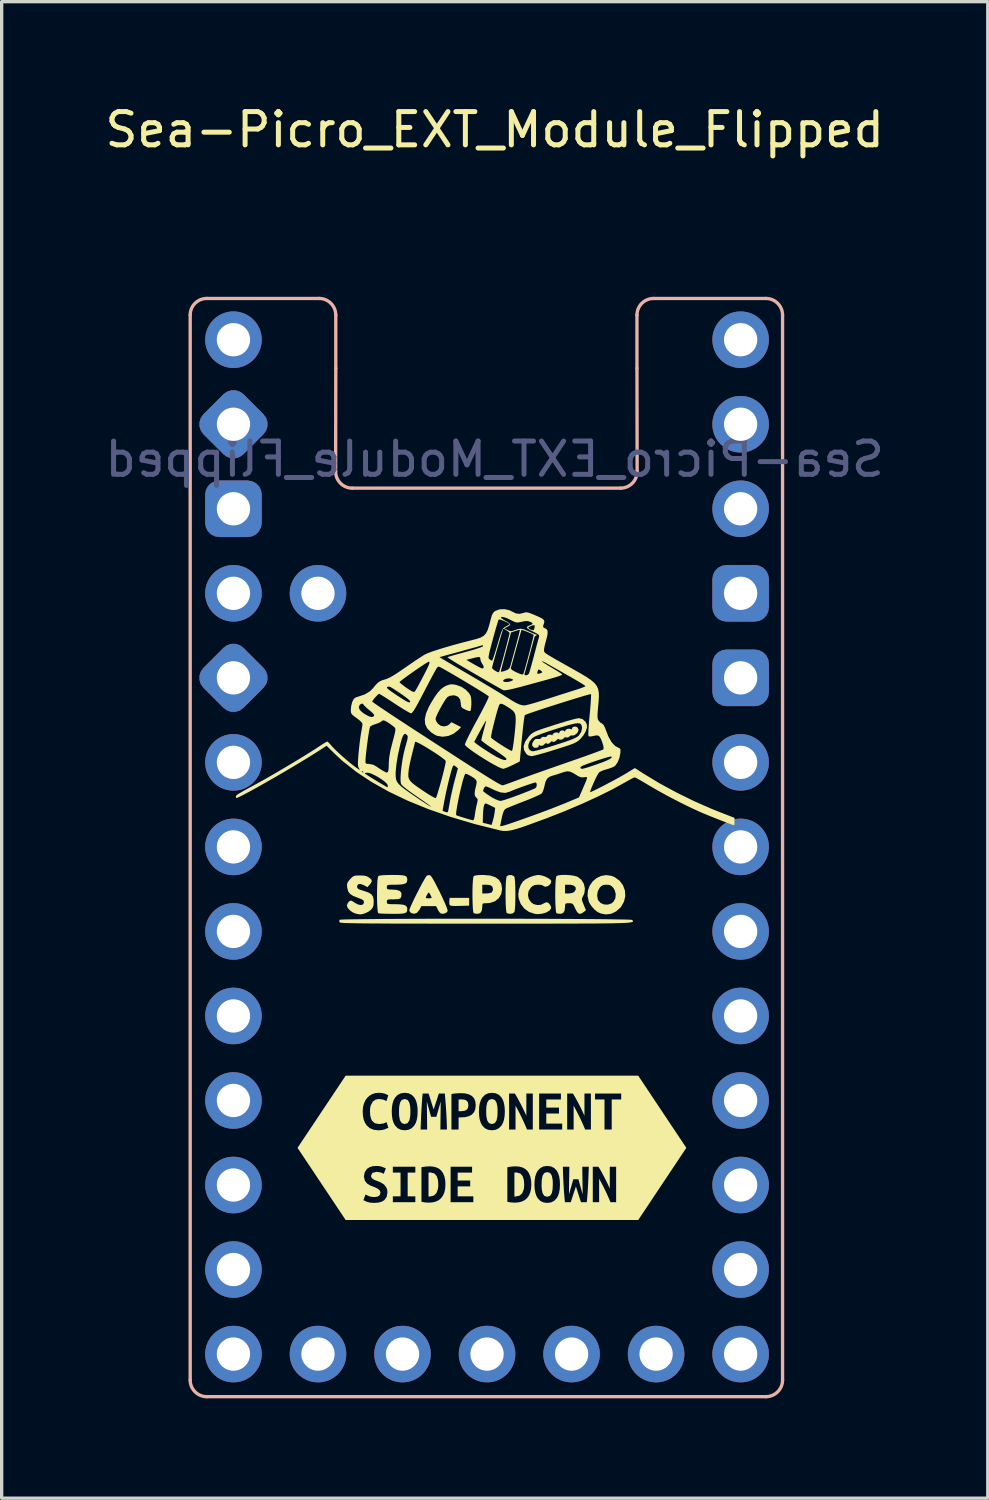
<source format=kicad_pcb>
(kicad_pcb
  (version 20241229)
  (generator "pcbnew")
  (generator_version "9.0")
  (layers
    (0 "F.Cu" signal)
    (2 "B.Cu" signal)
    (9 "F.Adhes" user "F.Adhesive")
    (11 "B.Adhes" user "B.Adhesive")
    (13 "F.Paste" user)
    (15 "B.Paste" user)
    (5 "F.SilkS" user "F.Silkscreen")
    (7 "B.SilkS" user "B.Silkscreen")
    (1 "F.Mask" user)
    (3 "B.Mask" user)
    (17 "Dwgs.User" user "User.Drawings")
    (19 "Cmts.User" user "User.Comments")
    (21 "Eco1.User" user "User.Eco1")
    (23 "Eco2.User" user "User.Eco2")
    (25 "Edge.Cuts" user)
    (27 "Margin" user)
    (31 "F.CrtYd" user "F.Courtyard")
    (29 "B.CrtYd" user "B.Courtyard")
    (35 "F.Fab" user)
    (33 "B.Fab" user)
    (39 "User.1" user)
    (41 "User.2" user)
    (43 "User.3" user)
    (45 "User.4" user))
  (footprint "Sea-Picro_EXT_Module_Flipped"
    (layer "F.Cu")
    (at 11.615 22.398)
    (property "Reference" "Sea-Picro_EXT_Module_Flipped" (at 0.2 -21.55 0) (unlocked yes) (layer "F.SilkS") (effects (font (size 1 1) (thickness 0.15))))
    (attr through_hole)
    (fp_poly (pts (xy -0.568 1.765) (xy -0.854 1.773) (xy -0.992 1.776) (xy -1.081 1.772) (xy -1.132 1.762) (xy -1.155 1.743) (xy -1.156 1.739) (xy -1.165 1.68) (xy -1.163 1.614) (xy -1.154 1.531) (xy -0.568 1.531)) (stroke (width 0) (type solid)) (fill yes) (layer "F.SilkS"))
    (fp_poly (pts (xy -0.779 7.587) (xy -0.832 7.588) (xy -0.885 7.592) (xy -0.885 7.941) (xy -0.798 7.941) (xy -0.708 7.931) (xy -0.643 7.9) (xy -0.603 7.845) (xy -0.59 7.76) (xy -0.603 7.679) (xy -0.642 7.626) (xy -0.702 7.597) (xy -0.779 7.587)) (stroke (width 0) (type solid)) (fill yes) (layer "F.SilkS"))
    (fp_poly (pts (xy -1.789 10.504) (xy -1.77 10.506) (xy -1.751 10.506) (xy -1.63 10.478) (xy -1.551 10.402) (xy -1.508 10.288) (xy -1.498 10.219) (xy -1.495 10.143) (xy -1.505 10.008) (xy -1.541 9.893) (xy -1.612 9.813) (xy -1.727 9.783) (xy -1.758 9.784) (xy -1.789 9.788) (xy -1.789 10.504)) (stroke (width 0) (type solid)) (fill yes) (layer "F.SilkS"))
    (fp_poly (pts (xy 0.792 10.504) (xy 0.811 10.506) (xy 0.83 10.506) (xy 0.951 10.478) (xy 1.03 10.402) (xy 1.073 10.288) (xy 1.083 10.219) (xy 1.086 10.143) (xy 1.076 10.008) (xy 1.039 9.893) (xy 0.969 9.813) (xy 0.854 9.783) (xy 0.823 9.784) (xy 0.792 9.788) (xy 0.792 10.504)) (stroke (width 0) (type solid)) (fill yes) (layer "F.SilkS"))
    (fp_poly (pts (xy 1.609 10.143) (xy 1.61 10.218) (xy 1.615 10.288) (xy 1.639 10.406) (xy 1.69 10.485) (xy 1.778 10.514) (xy 1.864 10.485) (xy 1.916 10.405) (xy 1.94 10.287) (xy 1.946 10.143) (xy 1.945 10.068) (xy 1.94 9.997) (xy 1.916 9.879) (xy 1.865 9.8) (xy 1.778 9.771) (xy 1.69 9.8) (xy 1.639 9.88) (xy 1.615 9.998) (xy 1.609 10.143)) (stroke (width 0) (type solid)) (fill yes) (layer "F.SilkS"))
    (fp_poly (pts (xy -2.675 7.952) (xy -2.674 8.028) (xy -2.669 8.099) (xy -2.645 8.219) (xy -2.593 8.299) (xy -2.504 8.329) (xy -2.416 8.299) (xy -2.364 8.218) (xy -2.339 8.098) (xy -2.335 8.028) (xy -2.333 7.952) (xy -2.335 7.876) (xy -2.339 7.804) (xy -2.364 7.685) (xy -2.415 7.604) (xy -2.504 7.575) (xy -2.593 7.604) (xy -2.645 7.685) (xy -2.669 7.805) (xy -2.674 7.876) (xy -2.675 7.952)) (stroke (width 0) (type solid)) (fill yes) (layer "F.SilkS"))
    (fp_poly (pts (xy -0.056 7.952) (xy -0.054 8.028) (xy -0.05 8.099) (xy -0.025 8.219) (xy 0.026 8.299) (xy 0.115 8.329) (xy 0.203 8.299) (xy 0.256 8.218) (xy 0.28 8.098) (xy 0.285 8.028) (xy 0.286 7.952) (xy 0.285 7.876) (xy 0.28 7.804) (xy 0.256 7.685) (xy 0.204 7.604) (xy 0.115 7.575) (xy 0.026 7.604) (xy -0.025 7.685) (xy -0.05 7.805) (xy -0.054 7.876) (xy -0.056 7.952)) (stroke (width 0) (type solid)) (fill yes) (layer "F.SilkS"))
    (fp_poly (pts (xy 0.708 0.847) (xy 0.774 0.878) (xy 0.791 0.9) (xy 0.802 0.949) (xy 0.811 1.047) (xy 0.818 1.182) (xy 0.821 1.345) (xy 0.822 1.428) (xy 0.82 1.601) (xy 0.815 1.751) (xy 0.807 1.868) (xy 0.797 1.941) (xy 0.791 1.957) (xy 0.739 1.999) (xy 0.657 2.012) (xy 0.566 1.994) (xy 0.566 1.994) (xy 0.552 1.961) (xy 0.541 1.88) (xy 0.533 1.764) (xy 0.529 1.622) (xy 0.527 1.468) (xy 0.527 1.31) (xy 0.531 1.162) (xy 0.538 1.034) (xy 0.548 0.938) (xy 0.56 0.884) (xy 0.564 0.878) (xy 0.629 0.847)) (stroke (width 0) (type solid)) (fill yes) (layer "F.SilkS"))
    (fp_poly (pts (xy 1.609 0.856) (xy 1.714 0.891) (xy 1.809 0.938) (xy 1.877 0.99) (xy 1.9 1.028) (xy 1.888 1.092) (xy 1.842 1.148) (xy 1.777 1.186) (xy 1.711 1.197) (xy 1.66 1.172) (xy 1.656 1.165) (xy 1.618 1.147) (xy 1.543 1.137) (xy 1.505 1.136) (xy 1.407 1.145) (xy 1.334 1.18) (xy 1.288 1.221) (xy 1.219 1.327) (xy 1.198 1.446) (xy 1.224 1.564) (xy 1.294 1.665) (xy 1.368 1.718) (xy 1.473 1.747) (xy 1.582 1.741) (xy 1.657 1.707) (xy 1.723 1.673) (xy 1.765 1.663) (xy 1.818 1.687) (xy 1.867 1.744) (xy 1.896 1.811) (xy 1.894 1.851) (xy 1.841 1.918) (xy 1.745 1.972) (xy 1.623 2.008) (xy 1.491 2.02) (xy 1.407 2.013) (xy 1.232 1.955) (xy 1.088 1.853) (xy 0.982 1.714) (xy 0.921 1.549) (xy 0.909 1.428) (xy 0.929 1.287) (xy 0.98 1.146) (xy 1.049 1.038) (xy 1.13 0.974) (xy 1.245 0.914) (xy 1.372 0.868) (xy 1.487 0.845) (xy 1.51 0.843)) (stroke (width 0) (type solid)) (fill yes) (layer "F.SilkS"))
    (fp_poly (pts (xy 3.709 0.87) (xy 3.809 0.911) (xy 3.954 1.018) (xy 4.056 1.156) (xy 4.113 1.313) (xy 4.123 1.481) (xy 4.084 1.648) (xy 3.995 1.803) (xy 3.974 1.827) (xy 3.845 1.94) (xy 3.7 2.009) (xy 3.551 2.029) (xy 3.499 2.023) (xy 3.421 2.007) (xy 3.374 1.997) (xy 3.29 1.957) (xy 3.196 1.88) (xy 3.109 1.782) (xy 3.043 1.678) (xy 3.029 1.646) (xy 2.99 1.476) (xy 2.991 1.457) (xy 3.278 1.457) (xy 3.297 1.576) (xy 3.31 1.605) (xy 3.383 1.686) (xy 3.485 1.73) (xy 3.598 1.735) (xy 3.705 1.7) (xy 3.77 1.647) (xy 3.826 1.542) (xy 3.837 1.418) (xy 3.804 1.295) (xy 3.76 1.226) (xy 3.697 1.165) (xy 3.629 1.14) (xy 3.558 1.136) (xy 3.466 1.144) (xy 3.402 1.177) (xy 3.355 1.226) (xy 3.298 1.332) (xy 3.278 1.457) (xy 2.991 1.457) (xy 3.001 1.314) (xy 3.055 1.165) (xy 3.143 1.038) (xy 3.26 0.938) (xy 3.398 0.872) (xy 3.55 0.847)) (stroke (width 0) (type solid)) (fill yes) (layer "F.SilkS"))
    (fp_poly (pts (xy 0.056 0.859) (xy 0.217 0.909) (xy 0.33 0.992) (xy 0.398 1.109) (xy 0.421 1.262) (xy 0.421 1.267) (xy 0.395 1.419) (xy 0.321 1.543) (xy 0.207 1.634) (xy 0.058 1.684) (xy -0.041 1.692) (xy -0.122 1.694) (xy -0.161 1.708) (xy -0.173 1.748) (xy -0.173 1.796) (xy -0.188 1.917) (xy -0.233 1.988) (xy -0.308 2.011) (xy -0.313 2.011) (xy -0.387 2.004) (xy -0.429 1.994) (xy -0.443 1.961) (xy -0.454 1.88) (xy -0.461 1.764) (xy -0.466 1.622) (xy -0.468 1.468) (xy -0.468 1.399) (xy -0.173 1.399) (xy -0.048 1.399) (xy 0.039 1.391) (xy 0.102 1.372) (xy 0.113 1.364) (xy 0.143 1.307) (xy 0.149 1.267) (xy 0.129 1.193) (xy 0.067 1.15) (xy -0.042 1.136) (xy -0.048 1.136) (xy -0.173 1.136) (xy -0.173 1.399) (xy -0.468 1.399) (xy -0.468 1.31) (xy -0.464 1.162) (xy -0.457 1.034) (xy -0.447 0.938) (xy -0.435 0.884) (xy -0.431 0.878) (xy -0.381 0.859) (xy -0.283 0.847) (xy -0.152 0.843)) (stroke (width 0) (type solid)) (fill yes) (layer "F.SilkS"))
    (fp_poly (pts (xy -1.732 0.859) (xy -1.699 0.896) (xy -1.649 0.977) (xy -1.587 1.089) (xy -1.517 1.224) (xy -1.444 1.37) (xy -1.374 1.518) (xy -1.31 1.658) (xy -1.259 1.779) (xy -1.225 1.872) (xy -1.213 1.925) (xy -1.214 1.93) (xy -1.256 1.979) (xy -1.329 2.008) (xy -1.406 2.007) (xy -1.417 2.003) (xy -1.458 1.967) (xy -1.502 1.9) (xy -1.51 1.883) (xy -1.56 1.78) (xy -2.002 1.78) (xy -2.061 1.889) (xy -2.131 1.976) (xy -2.215 2.01) (xy -2.308 1.988) (xy -2.317 1.983) (xy -2.358 1.935) (xy -2.366 1.902) (xy -2.352 1.855) (xy -2.315 1.767) (xy -2.261 1.649) (xy -2.205 1.532) (xy -1.871 1.532) (xy -1.845 1.542) (xy -1.784 1.545) (xy -1.783 1.545) (xy -1.721 1.542) (xy -1.695 1.532) (xy -1.695 1.532) (xy -1.707 1.49) (xy -1.736 1.432) (xy -1.766 1.384) (xy -1.783 1.37) (xy -1.806 1.393) (xy -1.837 1.445) (xy -1.863 1.501) (xy -1.871 1.532) (xy -2.205 1.532) (xy -2.195 1.513) (xy -2.122 1.367) (xy -2.047 1.222) (xy -1.976 1.089) (xy -1.913 0.977) (xy -1.865 0.897) (xy -1.835 0.86) (xy -1.834 0.859) (xy -1.764 0.846)) (stroke (width 0) (type solid)) (fill yes) (layer "F.SilkS"))
    (fp_poly (pts (xy 2.457 0.849) (xy 2.577 0.866) (xy 2.673 0.892) (xy 2.695 0.902) (xy 2.806 0.989) (xy 2.879 1.109) (xy 2.91 1.247) (xy 2.895 1.388) (xy 2.856 1.478) (xy 2.828 1.53) (xy 2.819 1.573) (xy 2.83 1.627) (xy 2.863 1.712) (xy 2.872 1.735) (xy 2.942 1.903) (xy 2.873 1.958) (xy 2.795 2.007) (xy 2.732 2.008) (xy 2.676 1.957) (xy 2.62 1.853) (xy 2.578 1.763) (xy 2.545 1.715) (xy 2.504 1.696) (xy 2.441 1.692) (xy 2.431 1.692) (xy 2.356 1.695) (xy 2.323 1.714) (xy 2.314 1.764) (xy 2.314 1.796) (xy 2.299 1.917) (xy 2.255 1.988) (xy 2.179 2.011) (xy 2.174 2.011) (xy 2.101 2.004) (xy 2.058 1.994) (xy 2.044 1.961) (xy 2.034 1.88) (xy 2.026 1.764) (xy 2.021 1.622) (xy 2.019 1.468) (xy 2.019 1.399) (xy 2.314 1.399) (xy 2.429 1.399) (xy 2.519 1.387) (xy 2.585 1.357) (xy 2.59 1.353) (xy 2.637 1.279) (xy 2.63 1.214) (xy 2.577 1.164) (xy 2.481 1.138) (xy 2.44 1.136) (xy 2.314 1.136) (xy 2.314 1.399) (xy 2.019 1.399) (xy 2.02 1.31) (xy 2.024 1.162) (xy 2.03 1.034) (xy 2.04 0.938) (xy 2.053 0.884) (xy 2.056 0.878) (xy 2.112 0.855) (xy 2.208 0.843) (xy 2.328 0.841)) (stroke (width 0) (type solid)) (fill yes) (layer "F.SilkS"))
    (fp_poly (pts (xy -0.972 -4.871) (xy -0.952 -4.866) (xy -0.807 -4.813) (xy -0.674 -4.727) (xy -0.571 -4.621) (xy -0.525 -4.542) (xy -0.509 -4.472) (xy -0.501 -4.373) (xy -0.502 -4.265) (xy -0.51 -4.167) (xy -0.525 -4.099) (xy -0.534 -4.083) (xy -0.57 -4.082) (xy -0.639 -4.105) (xy -0.686 -4.126) (xy -0.765 -4.168) (xy -0.803 -4.206) (xy -0.816 -4.261) (xy -0.817 -4.303) (xy -0.838 -4.428) (xy -0.898 -4.511) (xy -0.998 -4.551) (xy -1.046 -4.554) (xy -1.15 -4.539) (xy -1.22 -4.503) (xy -1.263 -4.451) (xy -1.321 -4.362) (xy -1.387 -4.251) (xy -1.453 -4.132) (xy -1.511 -4.017) (xy -1.555 -3.92) (xy -1.577 -3.856) (xy -1.578 -3.846) (xy -1.559 -3.782) (xy -1.514 -3.71) (xy -1.509 -3.703) (xy -1.42 -3.639) (xy -1.314 -3.62) (xy -1.212 -3.648) (xy -1.163 -3.685) (xy -1.101 -3.747) (xy -0.81 -3.6) (xy -0.894 -3.512) (xy -1.033 -3.402) (xy -1.194 -3.334) (xy -1.363 -3.31) (xy -1.524 -3.336) (xy -1.548 -3.345) (xy -1.619 -3.382) (xy -1.702 -3.436) (xy -1.716 -3.447) (xy -1.826 -3.557) (xy -1.888 -3.683) (xy -1.901 -3.831) (xy -1.866 -4.002) (xy -1.782 -4.201) (xy -1.724 -4.307) (xy -1.609 -4.497) (xy -1.507 -4.64) (xy -1.412 -4.743) (xy -1.316 -4.814) (xy -1.238 -4.851) (xy -1.148 -4.88) (xy -1.07 -4.886)) (stroke (width 0) (type solid)) (fill yes) (layer "F.SilkS"))
    (fp_poly (pts (xy -3.727 0.863) (xy -3.642 0.883) (xy -3.579 0.918) (xy -3.51 0.978) (xy -3.491 1.029) (xy -3.52 1.088) (xy -3.55 1.125) (xy -3.622 1.209) (xy -3.723 1.155) (xy -3.825 1.115) (xy -3.895 1.118) (xy -3.93 1.164) (xy -3.934 1.193) (xy -3.927 1.233) (xy -3.899 1.263) (xy -3.836 1.291) (xy -3.743 1.319) (xy -3.604 1.367) (xy -3.513 1.418) (xy -3.462 1.484) (xy -3.439 1.574) (xy -3.436 1.648) (xy -3.441 1.749) (xy -3.461 1.816) (xy -3.505 1.875) (xy -3.524 1.895) (xy -3.603 1.952) (xy -3.705 1.999) (xy -3.805 2.026) (xy -3.875 2.026) (xy -3.924 2.015) (xy -3.983 2.002) (xy -4.071 1.965) (xy -4.154 1.904) (xy -4.217 1.832) (xy -4.241 1.767) (xy -4.22 1.697) (xy -4.183 1.648) (xy -4.145 1.619) (xy -4.11 1.615) (xy -4.06 1.641) (xy -4.01 1.675) (xy -3.908 1.73) (xy -3.82 1.748) (xy -3.757 1.73) (xy -3.729 1.676) (xy -3.729 1.664) (xy -3.736 1.622) (xy -3.766 1.59) (xy -3.831 1.559) (xy -3.915 1.528) (xy -4.056 1.471) (xy -4.149 1.41) (xy -4.203 1.335) (xy -4.23 1.236) (xy -4.233 1.216) (xy -4.238 1.132) (xy -4.222 1.072) (xy -4.178 1.009) (xy -4.144 0.971) (xy -4.085 0.91) (xy -4.034 0.876) (xy -3.972 0.861) (xy -3.877 0.858) (xy -3.85 0.858)) (stroke (width 0) (type solid)) (fill yes) (layer "F.SilkS"))
    (fp_poly (pts (xy -2.708 0.845) (xy -2.585 0.851) (xy -2.504 0.865) (xy -2.457 0.889) (xy -2.434 0.927) (xy -2.427 0.981) (xy -2.427 0.994) (xy -2.437 1.055) (xy -2.475 1.096) (xy -2.549 1.121) (xy -2.665 1.133) (xy -2.79 1.136) (xy -2.911 1.136) (xy -2.986 1.141) (xy -3.024 1.152) (xy -3.039 1.173) (xy -3.041 1.208) (xy -3.041 1.209) (xy -3.036 1.253) (xy -3.012 1.274) (xy -2.953 1.281) (xy -2.897 1.282) (xy -2.749 1.292) (xy -2.653 1.324) (xy -2.607 1.377) (xy -2.602 1.411) (xy -2.607 1.492) (xy -2.631 1.541) (xy -2.684 1.566) (xy -2.779 1.574) (xy -2.839 1.575) (xy -2.945 1.576) (xy -3.006 1.582) (xy -3.033 1.599) (xy -3.041 1.63) (xy -3.041 1.648) (xy -3.039 1.684) (xy -3.023 1.706) (xy -2.982 1.717) (xy -2.905 1.721) (xy -2.809 1.721) (xy -2.647 1.726) (xy -2.535 1.741) (xy -2.466 1.77) (xy -2.433 1.816) (xy -2.427 1.861) (xy -2.431 1.919) (xy -2.45 1.96) (xy -2.491 1.988) (xy -2.564 2.003) (xy -2.676 2.01) (xy -2.836 2.012) (xy -2.879 2.011) (xy -3.025 2.009) (xy -3.151 2.006) (xy -3.245 2.001) (xy -3.294 1.995) (xy -3.297 1.994) (xy -3.311 1.961) (xy -3.321 1.88) (xy -3.329 1.764) (xy -3.334 1.622) (xy -3.336 1.468) (xy -3.335 1.31) (xy -3.331 1.162) (xy -3.325 1.034) (xy -3.315 0.938) (xy -3.302 0.884) (xy -3.299 0.878) (xy -3.252 0.861) (xy -3.151 0.85) (xy -2.994 0.844) (xy -2.88 0.843)) (stroke (width 0) (type solid)) (fill yes) (layer "F.SilkS"))
    (fp_poly (pts (xy -0.038 2.158) (xy 0.401 2.158) (xy 0.836 2.159) (xy 1.263 2.16) (xy 1.677 2.161) (xy 2.076 2.163) (xy 2.455 2.165) (xy 2.81 2.167) (xy 3.138 2.169) (xy 3.434 2.172) (xy 3.694 2.175) (xy 3.915 2.179) (xy 4.093 2.182) (xy 4.223 2.186) (xy 4.303 2.191) (xy 4.327 2.194) (xy 4.341 2.209) (xy 4.352 2.223) (xy 4.357 2.235) (xy 4.352 2.246) (xy 4.336 2.256) (xy 4.306 2.264) (xy 4.259 2.272) (xy 4.192 2.279) (xy 4.102 2.284) (xy 3.988 2.289) (xy 3.847 2.293) (xy 3.675 2.297) (xy 3.47 2.299) (xy 3.229 2.302) (xy 2.951 2.303) (xy 2.631 2.304) (xy 2.268 2.305) (xy 1.859 2.306) (xy 1.402 2.306) (xy 0.892 2.306) (xy 0.329 2.306) (xy -0.075 2.306) (xy -0.674 2.306) (xy -1.216 2.306) (xy -1.705 2.306) (xy -2.144 2.305) (xy -2.534 2.304) (xy -2.88 2.304) (xy -3.183 2.302) (xy -3.446 2.301) (xy -3.671 2.299) (xy -3.862 2.297) (xy -4.021 2.294) (xy -4.151 2.292) (xy -4.254 2.288) (xy -4.333 2.285) (xy -4.391 2.28) (xy -4.43 2.276) (xy -4.454 2.27) (xy -4.463 2.265) (xy -4.464 2.264) (xy -4.468 2.208) (xy -4.461 2.191) (xy -4.43 2.186) (xy -4.344 2.182) (xy -4.207 2.178) (xy -4.023 2.175) (xy -3.797 2.172) (xy -3.532 2.169) (xy -3.231 2.166) (xy -2.9 2.164) (xy -2.541 2.162) (xy -2.159 2.161) (xy -1.758 2.159) (xy -1.341 2.159) (xy -0.913 2.158) (xy -0.478 2.158)) (stroke (width 0) (type solid)) (fill yes) (layer "F.SilkS"))
    (fp_poly (pts (xy 2.658 -3.607) (xy 2.684 -3.59) (xy 2.72 -3.527) (xy 2.703 -3.457) (xy 2.661 -3.403) (xy 2.584 -3.351) (xy 2.531 -3.349) (xy 2.468 -3.343) (xy 2.447 -3.319) (xy 2.406 -3.288) (xy 2.357 -3.29) (xy 2.303 -3.292) (xy 2.285 -3.278) (xy 2.26 -3.245) (xy 2.207 -3.224) (xy 2.153 -3.222) (xy 2.132 -3.235) (xy 2.103 -3.247) (xy 2.074 -3.221) (xy 2.024 -3.177) (xy 1.973 -3.154) (xy 1.938 -3.158) (xy 1.934 -3.172) (xy 1.92 -3.182) (xy 1.897 -3.161) (xy 1.847 -3.116) (xy 1.795 -3.095) (xy 1.761 -3.102) (xy 1.757 -3.116) (xy 1.744 -3.129) (xy 1.72 -3.105) (xy 1.661 -3.054) (xy 1.598 -3.034) (xy 1.552 -3.05) (xy 1.549 -3.055) (xy 1.529 -3.072) (xy 1.524 -3.041) (xy 1.511 -2.998) (xy 1.497 -2.99) (xy 1.446 -2.981) (xy 1.431 -2.977) (xy 1.381 -2.984) (xy 1.356 -3.005) (xy 1.323 -3.059) (xy 1.331 -3.117) (xy 1.368 -3.184) (xy 1.417 -3.237) (xy 1.479 -3.246) (xy 1.497 -3.243) (xy 1.566 -3.243) (xy 1.595 -3.273) (xy 1.636 -3.306) (xy 1.685 -3.305) (xy 1.739 -3.303) (xy 1.758 -3.317) (xy 1.782 -3.35) (xy 1.836 -3.371) (xy 1.89 -3.373) (xy 1.911 -3.36) (xy 1.93 -3.345) (xy 1.933 -3.364) (xy 1.958 -3.404) (xy 2.013 -3.433) (xy 2.074 -3.442) (xy 2.114 -3.423) (xy 2.133 -3.404) (xy 2.138 -3.433) (xy 2.162 -3.476) (xy 2.215 -3.5) (xy 2.27 -3.496) (xy 2.291 -3.479) (xy 2.31 -3.46) (xy 2.313 -3.481) (xy 2.339 -3.522) (xy 2.395 -3.548) (xy 2.457 -3.551) (xy 2.482 -3.539) (xy 2.513 -3.528) (xy 2.519 -3.554) (xy 2.543 -3.596) (xy 2.597 -3.616)) (stroke (width 0) (type solid)) (fill yes) (layer "F.SilkS"))
    (fp_poly (pts (xy 2.836 -3.841) (xy 2.924 -3.766) (xy 2.968 -3.682) (xy 2.973 -3.59) (xy 2.938 -3.477) (xy 2.87 -3.357) (xy 2.783 -3.254) (xy 2.738 -3.21) (xy 2.693 -3.174) (xy 2.641 -3.142) (xy 2.573 -3.109) (xy 2.481 -3.074) (xy 2.357 -3.031) (xy 2.192 -2.978) (xy 2.021 -2.924) (xy 1.834 -2.866) (xy 1.661 -2.815) (xy 1.511 -2.773) (xy 1.394 -2.743) (xy 1.319 -2.728) (xy 1.302 -2.726) (xy 1.202 -2.753) (xy 1.152 -2.793) (xy 1.082 -2.906) (xy 1.07 -3.029) (xy 1.081 -3.061) (xy 1.21 -3.061) (xy 1.213 -2.974) (xy 1.252 -2.908) (xy 1.325 -2.875) (xy 1.35 -2.873) (xy 1.405 -2.882) (xy 1.505 -2.907) (xy 1.642 -2.944) (xy 1.805 -2.992) (xy 1.985 -3.048) (xy 2.045 -3.068) (xy 2.257 -3.137) (xy 2.419 -3.192) (xy 2.54 -3.238) (xy 2.626 -3.276) (xy 2.685 -3.31) (xy 2.724 -3.342) (xy 2.727 -3.345) (xy 2.801 -3.457) (xy 2.825 -3.575) (xy 2.809 -3.654) (xy 2.789 -3.689) (xy 2.755 -3.71) (xy 2.702 -3.717) (xy 2.623 -3.709) (xy 2.511 -3.684) (xy 2.361 -3.643) (xy 2.167 -3.584) (xy 1.996 -3.529) (xy 1.78 -3.459) (xy 1.614 -3.401) (xy 1.491 -3.354) (xy 1.403 -3.314) (xy 1.344 -3.279) (xy 1.316 -3.255) (xy 1.244 -3.159) (xy 1.21 -3.061) (xy 1.081 -3.061) (xy 1.116 -3.164) (xy 1.219 -3.309) (xy 1.239 -3.332) (xy 1.279 -3.374) (xy 1.319 -3.408) (xy 1.368 -3.44) (xy 1.432 -3.472) (xy 1.521 -3.507) (xy 1.643 -3.55) (xy 1.805 -3.603) (xy 1.991 -3.664) (xy 2.18 -3.723) (xy 2.355 -3.776) (xy 2.508 -3.819) (xy 2.629 -3.85) (xy 2.708 -3.866) (xy 2.728 -3.868)) (stroke (width 0) (type solid)) (fill yes) (layer "F.SilkS"))
    (fp_poly (pts (xy -3.767 6.875) (xy -3.628 7.535) (xy -3.556 7.472) (xy -3.473 7.425) (xy -3.378 7.397) (xy -3.276 7.388) (xy -3.172 7.397) (xy -3.091 7.419) (xy -3.032 7.445) (xy -2.997 7.466) (xy -3.053 7.637) (xy -3.149 7.593) (xy -3.28 7.575) (xy -3.378 7.593) (xy -3.464 7.654) (xy -3.525 7.768) (xy -3.543 7.849) (xy -3.548 7.947) (xy -3.541 8.06) (xy -3.52 8.155) (xy -2.894 7.952) (xy -2.887 7.821) (xy -2.868 7.707) (xy -2.836 7.61) (xy -2.791 7.53) (xy -2.713 7.451) (xy -2.618 7.404) (xy -2.504 7.388) (xy -2.387 7.404) (xy -2.291 7.451) (xy -2.214 7.53) (xy -2.171 7.61) (xy -2.14 7.707) (xy -2.121 7.821) (xy -1.986 7.658) (xy -1.976 7.53) (xy -1.965 7.412) (xy -1.787 7.412) (xy -1.756 7.506) (xy -1.717 7.63) (xy -1.675 7.765) (xy -1.635 7.891) (xy -1.591 7.757) (xy -1.547 7.624) (xy -1.509 7.505) (xy -1.477 7.412) (xy -1.299 7.412) (xy -1.287 7.552) (xy -1.276 7.688) (xy -1.265 7.822) (xy -1.1 8.493) (xy -1.1 7.426) (xy -1.03 7.414) (xy -0.95 7.406) (xy -0.871 7.402) (xy -0.803 7.4) (xy -0.676 7.409) (xy -0.57 7.438) (xy -0.484 7.485) (xy -0.421 7.553) (xy -0.383 7.645) (xy -0.37 7.761) (xy -0.383 7.879) (xy -0.421 7.972) (xy -0.274 7.952) (xy -0.268 7.821) (xy -0.249 7.707) (xy -0.216 7.61) (xy -0.171 7.53) (xy -0.094 7.451) (xy 0.002 7.404) (xy 0.115 7.388) (xy 0.232 7.404) (xy 0.329 7.451) (xy 0.405 7.53) (xy 0.449 7.61) (xy 0.48 7.707) (xy 0.498 7.821) (xy 0.505 7.952) (xy 0.498 8.083) (xy 0.479 8.197) (xy 0.448 8.294) (xy 0.403 8.373) (xy 0.326 8.453) (xy 0.231 8.5) (xy 0.117 8.516) (xy 0 8.5) (xy -0.097 8.453) (xy -0.174 8.373) (xy -0.218 8.294) (xy -0.249 8.197) (xy -0.268 8.083) (xy -0.274 7.952) (xy -0.421 7.972) (xy -0.485 8.042) (xy -0.572 8.09) (xy -0.679 8.119) (xy -0.809 8.128) (xy -0.885 8.128) (xy -0.885 8.493) (xy -1.1 8.493) (xy -1.265 7.822) (xy -1.257 7.954) (xy -1.249 8.087) (xy -1.243 8.22) (xy -1.239 8.355) (xy -1.235 8.493) (xy -1.432 8.493) (xy -1.422 7.653) (xy -1.554 8.111) (xy -1.711 8.111) (xy -1.839 7.653) (xy -1.83 8.493) (xy -2.027 8.493) (xy -2.022 8.358) (xy -2.016 8.217) (xy -2.01 8.074) (xy -2.003 7.933) (xy -1.995 7.793) (xy -1.986 7.658) (xy -2.121 7.821) (xy -2.115 7.952) (xy -2.121 8.083) (xy -2.14 8.197) (xy -2.172 8.294) (xy -2.216 8.373) (xy -2.293 8.453) (xy -2.388 8.5) (xy -2.502 8.516) (xy -2.619 8.5) (xy -2.716 8.453) (xy -2.793 8.373) (xy -2.837 8.294) (xy -2.869 8.197) (xy -2.887 8.083) (xy -2.894 7.952) (xy -3.52 8.155) (xy -3.485 8.23) (xy -3.401 8.304) (xy -3.276 8.329) (xy -3.137 8.31) (xy -3.049 8.271) (xy -2.995 8.441) (xy -3.118 8.492) (xy -3.202 8.51) (xy -3.297 8.516) (xy -3.437 8.5) (xy -3.554 8.451) (xy -3.646 8.369) (xy -3.699 8.288) (xy -3.737 8.191) (xy -3.759 8.079) (xy -3.767 7.952) (xy -3.758 7.825) (xy -3.73 7.713) (xy -3.686 7.616) (xy -3.628 7.535) (xy -3.767 6.875) (xy -4.279 6.875) (xy -3.632 9.671) (xy -3.559 9.624) (xy -3.47 9.596) (xy -3.365 9.587) (xy -3.273 9.592) (xy -3.194 9.609) (xy -3.071 9.659) (xy -3.133 9.823) (xy -3.228 9.781) (xy -3.349 9.764) (xy -3.476 9.795) (xy -3.518 9.886) (xy -3.501 9.94) (xy -3.457 9.982) (xy -3.397 10.014) (xy -3.33 10.039) (xy -3.226 10.082) (xy -3.127 10.143) (xy -3.052 10.24) (xy -3.03 10.305) (xy -3.023 10.385) (xy -3.047 10.518) (xy -2.861 10.676) (xy -2.861 10.5) (xy -2.629 10.5) (xy -2.629 9.786) (xy -2.861 9.786) (xy -2.861 9.611) (xy -2.185 9.611) (xy -2.185 9.786) (xy -2.415 9.786) (xy -2.415 10.5) (xy -2.185 10.5) (xy -2.001 10.664) (xy -2.001 9.625) (xy -1.865 9.604) (xy -1.746 9.599) (xy -1.646 9.607) (xy -1.554 9.63) (xy -1.474 9.67) (xy -1.407 9.727) (xy -1.353 9.802) (xy -1.313 9.896) (xy -1.288 10.009) (xy -1.28 10.143) (xy -1.289 10.28) (xy -1.317 10.395) (xy -1.361 10.489) (xy -1.419 10.564) (xy -1.491 10.621) (xy -1.575 10.66) (xy -1.67 10.682) (xy -1.773 10.69) (xy -1.884 10.684) (xy -2.001 10.664) (xy -2.185 10.5) (xy -2.185 10.676) (xy -2.861 10.676) (xy -3.047 10.518) (xy -3.12 10.617) (xy -3.196 10.662) (xy -3.294 10.689) (xy -3.415 10.698) (xy -3.534 10.691) (xy -3.626 10.67) (xy -3.745 10.617) (xy -3.683 10.445) (xy -3.572 10.497) (xy -3.501 10.515) (xy -3.415 10.521) (xy -3.326 10.51) (xy -3.27 10.479) (xy -3.242 10.434) (xy -3.234 10.383) (xy -3.253 10.325) (xy -3.301 10.279) (xy -3.367 10.243) (xy -3.439 10.213) (xy -3.539 10.174) (xy -3.632 10.117) (xy -3.702 10.032) (xy -3.73 9.905) (xy -3.705 9.772) (xy -3.632 9.671) (xy -4.279 6.875) (xy -5.725 9.043) (xy -4.279 11.211) (xy -1.125 10.676) (xy -1.125 9.611) (xy -0.48 9.611) (xy -0.48 9.786) (xy 0.58 10.664) (xy 0.58 9.625) (xy 0.716 9.604) (xy 0.835 9.599) (xy 0.935 9.607) (xy 1.027 9.63) (xy 1.107 9.67) (xy 1.174 9.727) (xy 1.227 9.802) (xy 1.267 9.896) (xy 1.293 10.009) (xy 1.394 10.143) (xy 1.4 10.013) (xy 1.419 9.901) (xy 1.451 9.806) (xy 1.495 9.727) (xy 1.572 9.649) (xy 1.666 9.602) (xy 1.778 9.587) (xy 1.893 9.602) (xy 1.988 9.649) (xy 2.063 9.727) (xy 2.106 9.806) (xy 2.256 9.878) (xy 2.251 9.742) (xy 2.247 9.611) (xy 2.443 9.611) (xy 2.442 9.714) (xy 2.44 9.821) (xy 2.438 9.929) (xy 2.436 10.037) (xy 2.435 10.143) (xy 2.433 10.247) (xy 2.432 10.346) (xy 2.431 10.439) (xy 2.467 10.318) (xy 2.504 10.189) (xy 2.538 10.072) (xy 2.562 9.988) (xy 2.717 9.988) (xy 2.738 10.069) (xy 2.768 10.175) (xy 2.804 10.301) (xy 2.842 10.439) (xy 2.842 10.346) (xy 2.841 10.247) (xy 2.839 10.143) (xy 2.837 10.038) (xy 2.836 9.93) (xy 2.834 9.822) (xy 2.833 9.714) (xy 2.832 9.611) (xy 3.028 9.611) (xy 3.023 9.744) (xy 3.018 9.88) (xy 3.012 10.018) (xy 3.006 10.155) (xy 2.998 10.291) (xy 2.99 10.425) (xy 2.979 10.554) (xy 2.968 10.676) (xy 2.793 10.676) (xy 2.755 10.563) (xy 2.717 10.443) (xy 2.679 10.321) (xy 2.641 10.205) (xy 2.602 10.318) (xy 2.562 10.44) (xy 2.522 10.563) (xy 2.486 10.676) (xy 2.311 10.676) (xy 2.298 10.554) (xy 2.287 10.424) (xy 2.277 10.29) (xy 2.269 10.154) (xy 2.262 10.017) (xy 2.256 9.878) (xy 2.106 9.806) (xy 2.137 9.901) (xy 2.155 10.013) (xy 2.161 10.143) (xy 2.155 10.272) (xy 2.136 10.384) (xy 2.105 10.48) (xy 2.061 10.558) (xy 1.986 10.636) (xy 1.892 10.683) (xy 1.779 10.698) (xy 1.664 10.683) (xy 1.569 10.636) (xy 1.493 10.558) (xy 1.45 10.48) (xy 1.419 10.384) (xy 1.4 10.272) (xy 1.394 10.143) (xy 1.293 10.009) (xy 1.301 10.143) (xy 1.292 10.28) (xy 1.264 10.395) (xy 1.22 10.489) (xy 1.162 10.564) (xy 1.09 10.621) (xy 1.006 10.66) (xy 0.911 10.682) (xy 0.807 10.69) (xy 0.696 10.684) (xy 0.58 10.664) (xy -0.48 9.786) (xy -0.913 9.786) (xy -0.913 10.026) (xy -0.536 10.026) (xy -0.536 10.201) (xy -0.913 10.201) (xy -0.913 10.5) (xy -0.442 10.5) (xy -0.442 10.676) (xy -1.125 10.676) (xy -4.279 11.211) (xy -3.767 11.211) (xy 3.679 10.676) (xy 3.629 10.558) (xy 3.577 10.44) (xy 3.521 10.322) (xy 3.463 10.205) (xy 3.402 10.087) (xy 3.338 9.969) (xy 3.338 10.676) (xy 3.147 10.676) (xy 3.147 9.611) (xy 3.317 9.611) (xy 3.366 9.69) (xy 3.414 9.775) (xy 3.461 9.864) (xy 3.507 9.952) (xy 3.551 10.038) (xy 3.592 10.122) (xy 3.628 10.199) (xy 3.658 10.266) (xy 3.658 9.611) (xy 3.849 9.611) (xy 3.849 10.676) (xy 3.679 10.676) (xy -3.767 11.211) (xy 4.001 11.211) (xy 4.513 11.211) (xy 5.958 9.043) (xy 1.172 8.493) (xy 1.121 8.373) (xy 1.068 8.254) (xy 1.012 8.134) (xy 0.953 8.015) (xy 0.891 7.895) (xy 0.826 7.775) (xy 0.826 8.493) (xy 0.632 8.493) (xy 0.632 7.412) (xy 0.805 7.412) (xy 0.854 7.492) (xy 0.903 7.579) (xy 0.951 7.669) (xy 0.998 7.758) (xy 1.042 7.846) (xy 1.083 7.931) (xy 1.12 8.009) (xy 1.151 8.078) (xy 1.151 7.412) (xy 1.345 7.412) (xy 1.535 8.493) (xy 1.535 7.412) (xy 2.19 7.412) (xy 2.19 7.59) (xy 1.75 7.59) (xy 1.75 7.833) (xy 2.132 7.833) (xy 2.132 8.011) (xy 1.75 8.011) (xy 1.75 8.315) (xy 2.228 8.315) (xy 2.228 8.493) (xy 1.535 8.493) (xy 1.345 7.412) (xy 1.345 8.493) (xy 1.172 8.493) (xy 5.958 9.043) (xy 4.513 6.875) (xy 3.091 7.412) (xy 3.091 8.493) (xy 3.499 8.493) (xy 3.499 7.59) (xy 3.215 7.59) (xy 3.215 7.412) (xy 4.001 7.412) (xy 4.001 7.59) (xy 3.716 7.59) (xy 3.716 8.493) (xy 3.499 8.493) (xy 3.091 8.493) (xy 2.918 8.493) (xy 2.868 8.373) (xy 2.814 8.254) (xy 2.758 8.134) (xy 2.699 8.015) (xy 2.637 7.895) (xy 2.572 7.775) (xy 2.572 8.493) (xy 2.378 8.493) (xy 2.378 7.412) (xy 2.551 7.412) (xy 2.6 7.492) (xy 2.649 7.579) (xy 2.697 7.669) (xy 2.744 7.758) (xy 2.789 7.846) (xy 2.83 7.931) (xy 2.866 8.009) (xy 2.897 8.078) (xy 2.897 7.412) (xy 3.091 7.412) (xy 4.513 6.875) (xy 4.001 6.875) (xy -3.767 6.875)) (stroke (width 0) (type solid)) (fill yes) (layer "F.SilkS"))
    (fp_poly (pts (xy 0.643 -7.111) (xy 0.719 -7.073) (xy 0.84 -7.015) (xy 0.952 -7.004) (xy 1.072 -7.033) (xy 1.125 -7.048) (xy 1.178 -7.047) (xy 1.247 -7.029) (xy 1.347 -6.99) (xy 1.396 -6.969) (xy 1.534 -6.909) (xy 1.624 -6.863) (xy 1.674 -6.822) (xy 1.692 -6.778) (xy 1.683 -6.721) (xy 1.655 -6.642) (xy 1.654 -6.639) (xy 1.662 -6.595) (xy 1.697 -6.576) (xy 1.754 -6.548) (xy 1.785 -6.502) (xy 1.792 -6.429) (xy 1.774 -6.32) (xy 1.737 -6.18) (xy 1.699 -6.037) (xy 1.682 -5.94) (xy 1.683 -5.88) (xy 1.69 -5.862) (xy 1.703 -5.845) (xy 1.723 -5.825) (xy 1.756 -5.801) (xy 1.808 -5.767) (xy 1.883 -5.722) (xy 1.987 -5.661) (xy 2.126 -5.582) (xy 2.305 -5.481) (xy 2.529 -5.355) (xy 2.545 -5.346) (xy 2.773 -5.217) (xy 2.953 -5.109) (xy 3.093 -5.014) (xy 3.195 -4.927) (xy 3.265 -4.84) (xy 3.308 -4.745) (xy 3.328 -4.637) (xy 3.331 -4.508) (xy 3.32 -4.351) (xy 3.311 -4.247) (xy 3.297 -4.088) (xy 3.289 -3.975) (xy 3.289 -3.899) (xy 3.296 -3.848) (xy 3.312 -3.81) (xy 3.32 -3.796) (xy 3.374 -3.737) (xy 3.423 -3.708) (xy 3.473 -3.664) (xy 3.52 -3.569) (xy 3.53 -3.538) (xy 3.617 -3.314) (xy 3.713 -3.146) (xy 3.82 -3.032) (xy 3.929 -2.974) (xy 3.965 -2.954) (xy 3.98 -2.914) (xy 3.977 -2.836) (xy 3.976 -2.819) (xy 3.948 -2.678) (xy 3.897 -2.549) (xy 3.831 -2.451) (xy 3.792 -2.417) (xy 3.729 -2.387) (xy 3.632 -2.353) (xy 3.555 -2.33) (xy 3.454 -2.298) (xy 3.371 -2.261) (xy 3.334 -2.235) (xy 3.305 -2.192) (xy 3.263 -2.115) (xy 3.214 -2.016) (xy 3.165 -1.909) (xy 3.121 -1.805) (xy 3.086 -1.718) (xy 3.068 -1.661) (xy 3.069 -1.644) (xy 3.107 -1.658) (xy 3.187 -1.695) (xy 3.299 -1.75) (xy 3.434 -1.818) (xy 3.582 -1.896) (xy 3.734 -1.976) (xy 3.881 -2.056) (xy 4.013 -2.129) (xy 4.121 -2.191) (xy 4.148 -2.208) (xy 4.413 -2.369) (xy 4.673 -2.201) (xy 5.142 -1.917) (xy 5.652 -1.64) (xy 6.187 -1.377) (xy 6.728 -1.139) (xy 7.003 -1.029) (xy 7.406 -0.873) (xy 7.406 -0.761) (xy 7.403 -0.69) (xy 7.396 -0.651) (xy 7.394 -0.649) (xy 7.359 -0.66) (xy 7.279 -0.688) (xy 7.166 -0.731) (xy 7.029 -0.783) (xy 6.88 -0.842) (xy 6.727 -0.903) (xy 6.582 -0.961) (xy 6.455 -1.014) (xy 6.356 -1.057) (xy 6.354 -1.057) (xy 6.062 -1.193) (xy 5.742 -1.351) (xy 5.417 -1.52) (xy 5.105 -1.691) (xy 4.831 -1.851) (xy 4.694 -1.933) (xy 4.574 -2.003) (xy 4.48 -2.055) (xy 4.421 -2.085) (xy 4.406 -2.09) (xy 4.37 -2.076) (xy 4.296 -2.039) (xy 4.195 -1.983) (xy 4.114 -1.937) (xy 3.734 -1.728) (xy 3.303 -1.514) (xy 2.827 -1.296) (xy 2.313 -1.078) (xy 1.767 -0.863) (xy 1.196 -0.654) (xy 1.065 -0.608) (xy 0.863 -0.542) (xy 0.702 -0.5) (xy 0.571 -0.479) (xy 0.459 -0.479) (xy 0.368 -0.494) (xy -0.224 -0.642) (xy 0.364 -0.642) (xy 0.368 -0.627) (xy 0.395 -0.624) (xy 0.453 -0.636) (xy 0.547 -0.664) (xy 0.685 -0.709) (xy 0.844 -0.764) (xy 1.043 -0.834) (xy 1.259 -0.911) (xy 1.471 -0.988) (xy 1.659 -1.057) (xy 1.731 -1.084) (xy 1.908 -1.151) (xy 2.098 -1.226) (xy 2.28 -1.298) (xy 2.428 -1.359) (xy 2.733 -1.487) (xy 2.844 -1.743) (xy 2.908 -1.891) (xy 2.95 -1.992) (xy 2.971 -2.055) (xy 2.972 -2.089) (xy 2.954 -2.1) (xy 2.918 -2.098) (xy 2.886 -2.092) (xy 2.803 -2.09) (xy 2.723 -2.118) (xy 2.664 -2.154) (xy 2.548 -2.225) (xy 2.458 -2.263) (xy 2.377 -2.271) (xy 2.285 -2.251) (xy 2.228 -2.232) (xy 2.113 -2.193) (xy 1.999 -2.158) (xy 1.945 -2.143) (xy 1.841 -2.105) (xy 1.771 -2.044) (xy 1.724 -1.949) (xy 1.696 -1.832) (xy 1.67 -1.729) (xy 1.637 -1.645) (xy 1.613 -1.607) (xy 1.571 -1.58) (xy 1.483 -1.537) (xy 1.361 -1.483) (xy 1.214 -1.422) (xy 1.083 -1.371) (xy 0.922 -1.308) (xy 0.776 -1.251) (xy 0.656 -1.202) (xy 0.572 -1.167) (xy 0.537 -1.151) (xy 0.495 -1.115) (xy 0.461 -1.049) (xy 0.429 -0.945) (xy 0.397 -0.796) (xy 0.38 -0.711) (xy 0.365 -0.645) (xy 0.364 -0.642) (xy -0.224 -0.642) (xy -0.398 -0.686) (xy -0.534 -0.726) (xy -0.159 -0.726) (xy -0.027 -0.693) (xy 0.105 -0.66) (xy 0.142 -0.779) (xy 0.171 -0.887) (xy 0.194 -1.007) (xy 0.197 -1.035) (xy 0.215 -1.171) (xy 0.066 -1.247) (xy -0.019 -1.288) (xy -0.067 -1.305) (xy -0.093 -1.297) (xy -0.113 -1.267) (xy -0.115 -1.264) (xy -0.13 -1.208) (xy -0.143 -1.112) (xy -0.151 -0.995) (xy -0.152 -0.966) (xy -0.159 -0.726) (xy -0.534 -0.726) (xy -1.117 -0.899) (xy -1.341 -0.977) (xy -0.96 -0.977) (xy -0.955 -0.953) (xy -0.923 -0.939) (xy -0.85 -0.914) (xy -0.754 -0.884) (xy -0.649 -0.852) (xy -0.552 -0.824) (xy -0.478 -0.805) (xy -0.448 -0.799) (xy -0.426 -0.824) (xy -0.407 -0.893) (xy -0.396 -0.964) (xy -0.377 -1.092) (xy -0.351 -1.226) (xy -0.337 -1.282) (xy -0.316 -1.372) (xy -0.313 -1.424) (xy -0.33 -1.458) (xy -0.353 -1.479) (xy -0.391 -1.528) (xy -0.404 -1.595) (xy -0.394 -1.693) (xy -0.147 -1.693) (xy -0.14 -1.664) (xy -0.112 -1.643) (xy -0.054 -1.601) (xy -0.027 -1.581) (xy 0.099 -1.497) (xy 0.222 -1.432) (xy 0.325 -1.391) (xy 0.376 -1.382) (xy 0.425 -1.392) (xy 0.518 -1.419) (xy 0.644 -1.461) (xy 0.793 -1.514) (xy 0.918 -1.56) (xy 1.075 -1.621) (xy 1.215 -1.676) (xy 1.328 -1.722) (xy 1.402 -1.755) (xy 1.429 -1.769) (xy 1.458 -1.819) (xy 1.465 -1.867) (xy 1.452 -1.92) (xy 1.429 -1.937) (xy 1.384 -1.927) (xy 1.298 -1.9) (xy 1.184 -1.862) (xy 1.054 -1.816) (xy 0.921 -1.768) (xy 0.799 -1.722) (xy 0.7 -1.683) (xy 0.64 -1.656) (xy 0.519 -1.622) (xy 0.375 -1.637) (xy 0.204 -1.7) (xy 0.144 -1.73) (xy 0.049 -1.776) (xy -0.029 -1.809) (xy -0.071 -1.82) (xy -0.102 -1.797) (xy -0.132 -1.746) (xy -0.147 -1.693) (xy -0.394 -1.693) (xy -0.394 -1.693) (xy -0.366 -1.81) (xy -0.345 -1.907) (xy -0.343 -1.967) (xy -0.361 -2.011) (xy -0.364 -2.015) (xy -0.407 -2.057) (xy -0.477 -2.105) (xy -0.556 -2.151) (xy -0.628 -2.186) (xy -0.676 -2.199) (xy -0.685 -2.196) (xy -0.707 -2.152) (xy -0.737 -2.062) (xy -0.772 -1.938) (xy -0.809 -1.79) (xy -0.847 -1.628) (xy -0.882 -1.463) (xy -0.914 -1.305) (xy -0.939 -1.164) (xy -0.955 -1.052) (xy -0.96 -0.977) (xy -1.341 -0.977) (xy -1.647 -1.084) (xy -1.367 -1.084) (xy -1.304 -1.059) (xy -1.243 -1.038) (xy -1.211 -1.046) (xy -1.194 -1.095) (xy -1.184 -1.154) (xy -1.119 -1.509) (xy -1.031 -1.891) (xy -0.992 -2.04) (xy -0.905 -2.361) (xy -0.969 -2.414) (xy -1.017 -2.448) (xy -1.045 -2.441) (xy -1.056 -2.424) (xy -1.077 -2.37) (xy -1.107 -2.27) (xy -1.143 -2.136) (xy -1.183 -1.979) (xy -1.223 -1.811) (xy -1.261 -1.643) (xy -1.293 -1.487) (xy -1.312 -1.39) (xy -1.367 -1.084) (xy -1.647 -1.084) (xy -1.788 -1.133) (xy -2.41 -1.386) (xy -2.982 -1.66) (xy -3.502 -1.952) (xy -3.884 -2.205) (xy -3.701 -2.205) (xy -3.697 -2.2) (xy -3.665 -2.178) (xy -3.596 -2.133) (xy -3.5 -2.074) (xy -3.39 -2.007) (xy -3.277 -1.938) (xy -3.172 -1.876) (xy -3.087 -1.826) (xy -3.033 -1.796) (xy -3.02 -1.79) (xy -3.013 -1.815) (xy -3.012 -1.849) (xy -3.037 -1.896) (xy -3.102 -1.959) (xy -3.197 -2.029) (xy -3.306 -2.099) (xy -3.42 -2.161) (xy -3.489 -2.192) (xy -2.777 -2.192) (xy -2.775 -2.101) (xy -2.763 -2.026) (xy -2.735 -1.958) (xy -2.686 -1.891) (xy -2.61 -1.817) (xy -2.501 -1.731) (xy -2.352 -1.625) (xy -2.219 -1.533) (xy -2.071 -1.433) (xy -1.939 -1.345) (xy -1.83 -1.274) (xy -1.752 -1.226) (xy -1.714 -1.206) (xy -1.712 -1.205) (xy -1.726 -1.221) (xy -1.781 -1.264) (xy -1.872 -1.329) (xy -1.99 -1.413) (xy -2.129 -1.508) (xy -2.136 -1.513) (xy -2.318 -1.64) (xy -2.46 -1.746) (xy -2.558 -1.827) (xy -2.609 -1.882) (xy -2.615 -1.892) (xy -2.628 -1.971) (xy -2.629 -2.094) (xy -2.622 -2.203) (xy -2.395 -2.203) (xy -2.395 -2.116) (xy -2.377 -2.045) (xy -2.335 -1.979) (xy -2.265 -1.91) (xy -2.158 -1.828) (xy -2.01 -1.725) (xy -1.978 -1.704) (xy -1.833 -1.607) (xy -1.712 -1.533) (xy -1.624 -1.485) (xy -1.575 -1.466) (xy -1.567 -1.468) (xy -1.551 -1.503) (xy -1.523 -1.586) (xy -1.487 -1.707) (xy -1.443 -1.855) (xy -1.399 -2.016) (xy -1.355 -2.184) (xy -1.318 -2.334) (xy -1.29 -2.457) (xy -1.274 -2.543) (xy -1.271 -2.581) (xy -1.3 -2.615) (xy -1.367 -2.669) (xy -1.462 -2.738) (xy -1.577 -2.816) (xy -1.704 -2.897) (xy -1.832 -2.977) (xy -1.953 -3.048) (xy -2.058 -3.106) (xy -2.138 -3.146) (xy -2.185 -3.16) (xy -2.193 -3.155) (xy -2.199 -3.125) (xy -2.218 -3.049) (xy -2.246 -2.939) (xy -2.278 -2.812) (xy -2.315 -2.66) (xy -2.348 -2.511) (xy -2.373 -2.384) (xy -2.384 -2.313) (xy -2.395 -2.203) (xy -2.622 -2.203) (xy -2.619 -2.251) (xy -2.599 -2.428) (xy -2.572 -2.613) (xy -2.537 -2.795) (xy -2.498 -2.961) (xy -2.486 -3.002) (xy -2.446 -3.142) (xy -2.422 -3.237) (xy -2.413 -3.298) (xy -2.418 -3.336) (xy -2.434 -3.361) (xy -2.437 -3.364) (xy -2.481 -3.395) (xy -2.52 -3.388) (xy -2.556 -3.338) (xy -2.593 -3.241) (xy -2.634 -3.092) (xy -2.642 -3.059) (xy -2.71 -2.75) (xy -2.755 -2.477) (xy -2.776 -2.248) (xy -2.777 -2.192) (xy -3.489 -2.192) (xy -3.523 -2.207) (xy -3.605 -2.229) (xy -3.619 -2.229) (xy -3.688 -2.223) (xy -3.701 -2.205) (xy -3.884 -2.205) (xy -3.969 -2.262) (xy -3.991 -2.28) (xy -3.797 -2.28) (xy -3.79 -2.263) (xy -3.761 -2.232) (xy -3.744 -2.238) (xy -3.743 -2.242) (xy -3.764 -2.267) (xy -3.777 -2.276) (xy -3.797 -2.28) (xy -3.991 -2.28) (xy -4.383 -2.59) (xy -4.611 -2.802) (xy -4.851 -3.039) (xy -5.094 -2.881) (xy -5.264 -2.774) (xy -5.458 -2.654) (xy -5.67 -2.525) (xy -5.896 -2.39) (xy -6.128 -2.253) (xy -6.361 -2.117) (xy -6.59 -1.986) (xy -6.808 -1.862) (xy -7.009 -1.749) (xy -7.189 -1.651) (xy -7.34 -1.571) (xy -7.457 -1.511) (xy -7.534 -1.477) (xy -7.561 -1.469) (xy -7.575 -1.492) (xy -7.577 -1.511) (xy -7.574 -1.528) (xy -7.563 -1.545) (xy -7.536 -1.568) (xy -7.488 -1.6) (xy -7.414 -1.644) (xy -7.306 -1.705) (xy -7.16 -1.785) (xy -6.969 -1.888) (xy -6.933 -1.908) (xy -6.747 -2.01) (xy -6.532 -2.133) (xy -6.296 -2.27) (xy -6.052 -2.414) (xy -5.81 -2.559) (xy -5.58 -2.699) (xy -5.373 -2.827) (xy -5.2 -2.937) (xy -5.115 -2.993) (xy -5.007 -3.064) (xy -4.916 -3.121) (xy -4.854 -3.157) (xy -4.832 -3.166) (xy -4.801 -3.145) (xy -4.748 -3.091) (xy -4.712 -3.048) (xy -4.64 -2.969) (xy -4.534 -2.865) (xy -4.405 -2.746) (xy -4.266 -2.624) (xy -4.129 -2.51) (xy -4.005 -2.413) (xy -3.974 -2.391) (xy -3.897 -2.337) (xy -3.86 -2.316) (xy -3.857 -2.326) (xy -3.876 -2.359) (xy -3.895 -2.394) (xy -3.907 -2.438) (xy -3.911 -2.501) (xy -3.908 -2.573) (xy -3.684 -2.573) (xy -3.679 -2.521) (xy -3.651 -2.498) (xy -3.584 -2.493) (xy -3.572 -2.493) (xy -3.449 -2.469) (xy -3.344 -2.409) (xy -3.248 -2.343) (xy -3.154 -2.286) (xy -3.078 -2.245) (xy -3.037 -2.231) (xy -3.012 -2.253) (xy -3 -2.276) (xy -2.991 -2.328) (xy -2.985 -2.418) (xy -2.983 -2.521) (xy -2.972 -2.672) (xy -2.942 -2.853) (xy -2.906 -3.008) (xy -2.857 -3.196) (xy -2.82 -3.336) (xy -2.797 -3.435) (xy -2.785 -3.503) (xy -2.785 -3.547) (xy -2.796 -3.577) (xy -2.817 -3.599) (xy -2.848 -3.624) (xy -2.862 -3.635) (xy -2.95 -3.701) (xy -3.043 -3.761) (xy -3.055 -3.767) (xy -3.122 -3.799) (xy -3.162 -3.801) (xy -3.197 -3.775) (xy -3.251 -3.741) (xy -3.336 -3.705) (xy -3.375 -3.693) (xy -3.462 -3.662) (xy -3.527 -3.628) (xy -3.543 -3.615) (xy -3.556 -3.575) (xy -3.573 -3.489) (xy -3.593 -3.368) (xy -3.614 -3.223) (xy -3.635 -3.067) (xy -3.654 -2.911) (xy -3.67 -2.767) (xy -3.68 -2.646) (xy -3.684 -2.573) (xy -3.908 -2.573) (xy -3.907 -2.594) (xy -3.898 -2.728) (xy -3.89 -2.821) (xy -3.873 -2.99) (xy -3.853 -3.163) (xy -3.832 -3.317) (xy -3.814 -3.429) (xy -3.794 -3.542) (xy -3.779 -3.636) (xy -3.773 -3.694) (xy -3.773 -3.698) (xy -3.795 -3.738) (xy -3.855 -3.797) (xy -3.939 -3.864) (xy -3.948 -3.87) (xy -4.039 -3.936) (xy -4.091 -3.984) (xy -4.116 -4.029) (xy -4.123 -4.086) (xy -4.124 -4.121) (xy -4.116 -4.194) (xy -3.885 -4.194) (xy -3.854 -4.117) (xy -3.769 -4.035) (xy -3.707 -3.993) (xy -3.593 -3.93) (xy -3.513 -3.902) (xy -3.458 -3.909) (xy -3.427 -3.935) (xy -3.422 -3.964) (xy -3.453 -4.008) (xy -3.524 -4.074) (xy -3.57 -4.111) (xy -3.653 -4.181) (xy -3.714 -4.24) (xy -3.743 -4.275) (xy -3.743 -4.279) (xy -3.764 -4.305) (xy -3.809 -4.3) (xy -3.857 -4.268) (xy -3.86 -4.264) (xy -3.885 -4.194) (xy -4.116 -4.194) (xy -4.112 -4.235) (xy -4.083 -4.349) (xy -4.077 -4.365) (xy -4.076 -4.367) (xy -3.48 -4.367) (xy -3.456 -4.346) (xy -3.388 -4.297) (xy -3.28 -4.223) (xy -3.136 -4.126) (xy -2.962 -4.009) (xy -2.762 -3.877) (xy -2.54 -3.732) (xy -2.302 -3.576) (xy -2.244 -3.538) (xy -1.827 -3.268) (xy -1.456 -3.027) (xy -1.129 -2.816) (xy -0.843 -2.63) (xy -0.594 -2.47) (xy -0.38 -2.333) (xy -0.199 -2.218) (xy -0.047 -2.122) (xy 0.079 -2.044) (xy 0.181 -1.982) (xy 0.261 -1.934) (xy 0.324 -1.899) (xy 0.371 -1.875) (xy 0.406 -1.86) (xy 0.431 -1.852) (xy 0.444 -1.85) (xy 0.476 -1.86) (xy 0.553 -1.886) (xy 0.665 -1.926) (xy 0.803 -1.977) (xy 0.883 -2.007) (xy 1.01 -2.054) (xy 1.183 -2.116) (xy 1.392 -2.191) (xy 1.628 -2.274) (xy 1.881 -2.363) (xy 1.901 -2.37) (xy 2.771 -2.37) (xy 2.806 -2.349) (xy 2.836 -2.346) (xy 2.881 -2.356) (xy 2.97 -2.381) (xy 3.09 -2.42) (xy 3.229 -2.467) (xy 3.266 -2.48) (xy 3.454 -2.548) (xy 3.588 -2.604) (xy 3.674 -2.649) (xy 3.713 -2.685) (xy 3.711 -2.714) (xy 3.709 -2.717) (xy 3.676 -2.715) (xy 3.599 -2.696) (xy 3.489 -2.664) (xy 3.357 -2.623) (xy 3.214 -2.576) (xy 3.071 -2.527) (xy 2.939 -2.479) (xy 2.847 -2.443) (xy 2.785 -2.405) (xy 2.771 -2.37) (xy 1.901 -2.37) (xy 2.141 -2.454) (xy 2.371 -2.534) (xy 2.609 -2.617) (xy 2.831 -2.694) (xy 3.028 -2.765) (xy 3.197 -2.826) (xy 3.33 -2.875) (xy 3.421 -2.91) (xy 3.464 -2.929) (xy 3.466 -2.931) (xy 3.473 -2.973) (xy 3.46 -3.05) (xy 3.432 -3.142) (xy 3.397 -3.233) (xy 3.358 -3.303) (xy 3.339 -3.326) (xy 3.297 -3.349) (xy 3.237 -3.349) (xy 3.17 -3.333) (xy 3.075 -3.316) (xy 3.022 -3.326) (xy 3.02 -3.328) (xy 3.014 -3.366) (xy 3.015 -3.455) (xy 3.022 -3.588) (xy 3.034 -3.759) (xy 3.053 -3.96) (xy 3.053 -3.964) (xy 3.07 -4.146) (xy 3.083 -4.309) (xy 3.092 -4.442) (xy 3.096 -4.538) (xy 3.095 -4.586) (xy 3.094 -4.591) (xy 3.063 -4.586) (xy 2.984 -4.566) (xy 2.865 -4.532) (xy 2.714 -4.487) (xy 2.538 -4.433) (xy 2.345 -4.373) (xy 2.142 -4.309) (xy 1.938 -4.244) (xy 1.74 -4.181) (xy 1.556 -4.12) (xy 1.394 -4.066) (xy 1.26 -4.02) (xy 1.164 -3.985) (xy 1.112 -3.963) (xy 1.106 -3.959) (xy 1.096 -3.924) (xy 1.082 -3.838) (xy 1.065 -3.712) (xy 1.047 -3.552) (xy 1.028 -3.368) (xy 1.016 -3.249) (xy 0.953 -2.566) (xy 0.734 -2.457) (xy 0.625 -2.406) (xy 0.53 -2.368) (xy 0.466 -2.348) (xy 0.456 -2.347) (xy 0.397 -2.363) (xy 0.302 -2.405) (xy 0.18 -2.47) (xy 0.04 -2.55) (xy -0.109 -2.64) (xy -0.258 -2.734) (xy -0.399 -2.828) (xy -0.522 -2.915) (xy -0.618 -2.989) (xy -0.678 -3.045) (xy -0.695 -3.072) (xy -0.683 -3.115) (xy -0.667 -3.153) (xy -0.417 -3.153) (xy -0.325 -3.079) (xy -0.264 -3.035) (xy -0.167 -2.968) (xy -0.047 -2.89) (xy 0.082 -2.807) (xy 0.25 -2.708) (xy 0.385 -2.642) (xy 0.482 -2.61) (xy 0.54 -2.613) (xy 0.556 -2.646) (xy 0.532 -2.674) (xy 0.467 -2.727) (xy 0.37 -2.798) (xy 0.248 -2.881) (xy 0.176 -2.928) (xy 0.045 -3.014) (xy -0.066 -3.092) (xy -0.149 -3.154) (xy -0.196 -3.195) (xy -0.203 -3.206) (xy -0.195 -3.248) (xy -0.186 -3.288) (xy 0.089 -3.288) (xy 0.122 -3.255) (xy 0.191 -3.203) (xy 0.285 -3.137) (xy 0.393 -3.067) (xy 0.501 -2.998) (xy 0.6 -2.94) (xy 0.675 -2.899) (xy 0.717 -2.883) (xy 0.719 -2.884) (xy 0.731 -2.914) (xy 0.747 -2.994) (xy 0.765 -3.112) (xy 0.784 -3.26) (xy 0.8 -3.402) (xy 0.82 -3.609) (xy 0.831 -3.768) (xy 0.831 -3.886) (xy 0.818 -3.974) (xy 0.79 -4.041) (xy 0.744 -4.095) (xy 0.678 -4.147) (xy 0.607 -4.194) (xy 0.494 -4.263) (xy 0.417 -4.298) (xy 0.368 -4.3) (xy 0.339 -4.272) (xy 0.331 -4.256) (xy 0.304 -4.176) (xy 0.269 -4.062) (xy 0.232 -3.925) (xy 0.193 -3.778) (xy 0.157 -3.632) (xy 0.125 -3.499) (xy 0.102 -3.389) (xy 0.089 -3.314) (xy 0.089 -3.288) (xy -0.186 -3.288) (xy -0.175 -3.331) (xy -0.147 -3.441) (xy -0.13 -3.503) (xy -0.098 -3.621) (xy -0.073 -3.718) (xy -0.059 -3.781) (xy -0.057 -3.795) (xy -0.07 -3.782) (xy -0.105 -3.726) (xy -0.157 -3.635) (xy -0.222 -3.517) (xy -0.237 -3.489) (xy -0.417 -3.153) (xy -0.667 -3.153) (xy -0.646 -3.202) (xy -0.585 -3.329) (xy -0.505 -3.487) (xy -0.407 -3.672) (xy -0.333 -3.807) (xy -0.234 -3.99) (xy -0.147 -4.156) (xy -0.073 -4.3) (xy -0.019 -4.413) (xy 0.015 -4.489) (xy 0.023 -4.521) (xy -0.004 -4.543) (xy -0.075 -4.591) (xy -0.183 -4.659) (xy -0.32 -4.744) (xy -0.48 -4.842) (xy -0.655 -4.947) (xy -0.838 -5.056) (xy -1.022 -5.164) (xy -1.201 -5.268) (xy -1.367 -5.362) (xy -1.412 -5.387) (xy -1.471 -5.416) (xy -1.507 -5.411) (xy -1.539 -5.375) (xy -1.564 -5.334) (xy -1.612 -5.248) (xy -1.678 -5.126) (xy -1.759 -4.975) (xy -1.849 -4.803) (xy -1.92 -4.666) (xy -2.031 -4.454) (xy -2.118 -4.291) (xy -2.187 -4.17) (xy -2.239 -4.087) (xy -2.277 -4.038) (xy -2.304 -4.016) (xy -2.313 -4.014) (xy -2.355 -4.03) (xy -2.436 -4.074) (xy -2.547 -4.14) (xy -2.68 -4.224) (xy -2.807 -4.307) (xy -2.949 -4.401) (xy -3.075 -4.482) (xy -3.176 -4.546) (xy -3.244 -4.587) (xy -3.271 -4.6) (xy -3.306 -4.579) (xy -3.359 -4.528) (xy -3.416 -4.464) (xy -3.462 -4.405) (xy -3.48 -4.367) (xy -4.076 -4.367) (xy -4.036 -4.444) (xy -3.983 -4.488) (xy -3.909 -4.512) (xy -3.704 -4.582) (xy -3.545 -4.678) (xy -3.461 -4.764) (xy -3.438 -4.792) (xy -3.041 -4.792) (xy -3.03 -4.768) (xy -2.987 -4.728) (xy -2.906 -4.668) (xy -2.782 -4.583) (xy -2.748 -4.56) (xy -2.596 -4.461) (xy -2.485 -4.392) (xy -2.41 -4.353) (xy -2.365 -4.341) (xy -2.343 -4.352) (xy -2.339 -4.375) (xy -2.362 -4.405) (xy -2.424 -4.46) (xy -2.517 -4.53) (xy -2.624 -4.605) (xy -2.757 -4.694) (xy -2.851 -4.755) (xy -2.913 -4.794) (xy -2.954 -4.813) (xy -2.981 -4.818) (xy -3.005 -4.813) (xy -3.026 -4.806) (xy -3.041 -4.792) (xy -3.438 -4.792) (xy -3.368 -4.877) (xy -3.289 -4.951) (xy -3.288 -4.951) (xy -2.661 -4.951) (xy -2.638 -4.924) (xy -2.578 -4.874) (xy -2.491 -4.808) (xy -2.449 -4.778) (xy -2.341 -4.706) (xy -2.269 -4.667) (xy -2.225 -4.656) (xy -2.202 -4.666) (xy -2.177 -4.704) (xy -2.131 -4.783) (xy -2.07 -4.895) (xy -1.998 -5.029) (xy -1.961 -5.1) (xy -1.874 -5.268) (xy -1.813 -5.391) (xy -1.776 -5.476) (xy -1.759 -5.529) (xy -1.76 -5.556) (xy -1.778 -5.565) (xy -1.781 -5.565) (xy -1.815 -5.549) (xy -1.886 -5.506) (xy -1.984 -5.442) (xy -2.101 -5.363) (xy -2.227 -5.276) (xy -2.352 -5.188) (xy -2.467 -5.105) (xy -2.563 -5.034) (xy -2.631 -4.981) (xy -2.66 -4.953) (xy -2.661 -4.951) (xy -3.288 -4.951) (xy -3.206 -4.998) (xy -3.105 -5.03) (xy -3.101 -5.03) (xy -3.026 -5.055) (xy -2.935 -5.099) (xy -2.82 -5.166) (xy -2.673 -5.261) (xy -2.498 -5.382) (xy -2.344 -5.488) (xy -2.195 -5.59) (xy -2.062 -5.678) (xy -2.025 -5.702) (xy -1.46 -5.702) (xy -1.366 -5.644) (xy -1.317 -5.615) (xy -1.225 -5.561) (xy -1.096 -5.485) (xy -0.939 -5.392) (xy -0.76 -5.287) (xy -0.565 -5.173) (xy -0.495 -5.132) (xy -0.286 -5.009) (xy -0.078 -4.885) (xy 0.119 -4.768) (xy 0.295 -4.661) (xy 0.441 -4.572) (xy 0.547 -4.505) (xy 0.561 -4.497) (xy 0.719 -4.397) (xy 0.84 -4.327) (xy 0.936 -4.283) (xy 1.017 -4.259) (xy 1.092 -4.251) (xy 1.144 -4.259) (xy 1.241 -4.283) (xy 1.375 -4.32) (xy 1.534 -4.368) (xy 1.711 -4.423) (xy 1.751 -4.436) (xy 1.949 -4.5) (xy 2.151 -4.565) (xy 2.342 -4.625) (xy 2.507 -4.678) (xy 2.629 -4.716) (xy 2.751 -4.756) (xy 2.849 -4.792) (xy 2.912 -4.819) (xy 2.928 -4.831) (xy 2.904 -4.852) (xy 2.836 -4.896) (xy 2.732 -4.96) (xy 2.599 -5.038) (xy 2.445 -5.127) (xy 2.394 -5.155) (xy 2.225 -5.251) (xy 2.065 -5.342) (xy 1.924 -5.422) (xy 1.812 -5.485) (xy 1.739 -5.527) (xy 1.731 -5.532) (xy 1.662 -5.568) (xy 1.624 -5.581) (xy 1.621 -5.574) (xy 1.653 -5.547) (xy 1.725 -5.499) (xy 1.826 -5.436) (xy 1.934 -5.372) (xy 2.049 -5.304) (xy 2.143 -5.245) (xy 2.205 -5.202) (xy 2.226 -5.182) (xy 2.218 -5.17) (xy 2.191 -5.155) (xy 2.14 -5.135) (xy 2.059 -5.109) (xy 1.944 -5.074) (xy 1.79 -5.03) (xy 1.591 -4.975) (xy 1.343 -4.907) (xy 1.233 -4.877) (xy 1.004 -4.815) (xy 0.824 -4.769) (xy 0.688 -4.736) (xy 0.588 -4.716) (xy 0.519 -4.707) (xy 0.473 -4.707) (xy 0.451 -4.713) (xy 0.401 -4.74) (xy 0.305 -4.793) (xy 0.167 -4.872) (xy -0.01 -4.973) (xy -0.059 -5.002) (xy 0.454 -5.002) (xy 0.458 -4.975) (xy 0.499 -4.957) (xy 0.566 -4.954) (xy 0.648 -4.967) (xy 0.694 -4.982) (xy 0.746 -5.007) (xy 0.748 -5.029) (xy 0.733 -5.04) (xy 0.647 -5.065) (xy 0.546 -5.056) (xy 0.497 -5.037) (xy 0.454 -5.002) (xy -0.059 -5.002) (xy -0.219 -5.095) (xy -0.458 -5.234) (xy -0.723 -5.389) (xy -0.885 -5.484) (xy -1.01 -5.559) (xy -1.105 -5.619) (xy -0.652 -5.619) (xy -0.406 -5.477) (xy -0.288 -5.411) (xy -0.211 -5.374) (xy -0.165 -5.361) (xy -0.14 -5.371) (xy -0.135 -5.377) (xy -0.135 -5.38) (xy 0.119 -5.38) (xy 0.142 -5.346) (xy 0.198 -5.302) (xy 0.264 -5.264) (xy 0.32 -5.245) (xy 0.324 -5.244) (xy 0.334 -5.267) (xy 0.382 -5.267) (xy 0.407 -5.264) (xy 0.47 -5.278) (xy 0.514 -5.292) (xy 0.597 -5.326) (xy 0.643 -5.368) (xy 0.649 -5.382) (xy 0.687 -5.382) (xy 0.69 -5.348) (xy 0.728 -5.312) (xy 0.808 -5.267) (xy 0.855 -5.244) (xy 0.961 -5.198) (xy 1.025 -5.18) (xy 1.056 -5.189) (xy 1.059 -5.193) (xy 1.072 -5.231) (xy 1.098 -5.317) (xy 1.133 -5.441) (xy 1.175 -5.594) (xy 1.221 -5.766) (xy 1.229 -5.796) (xy 1.275 -5.969) (xy 1.313 -6.121) (xy 1.344 -6.245) (xy 1.363 -6.331) (xy 1.37 -6.371) (xy 1.37 -6.373) (xy 1.335 -6.393) (xy 1.266 -6.425) (xy 1.182 -6.461) (xy 1.099 -6.494) (xy 1.035 -6.516) (xy 1.007 -6.522) (xy 0.996 -6.491) (xy 0.973 -6.413) (xy 0.939 -6.296) (xy 0.898 -6.149) (xy 0.852 -5.982) (xy 0.849 -5.972) (xy 0.802 -5.8) (xy 0.76 -5.646) (xy 0.725 -5.518) (xy 0.7 -5.427) (xy 0.687 -5.383) (xy 0.687 -5.382) (xy 0.649 -5.382) (xy 0.672 -5.437) (xy 0.677 -5.458) (xy 0.696 -5.528) (xy 0.727 -5.642) (xy 0.766 -5.786) (xy 0.811 -5.948) (xy 0.838 -6.047) (xy 0.88 -6.203) (xy 0.915 -6.338) (xy 0.941 -6.442) (xy 0.955 -6.506) (xy 0.957 -6.522) (xy 0.927 -6.519) (xy 0.86 -6.5) (xy 0.819 -6.487) (xy 0.69 -6.443) (xy 0.536 -5.865) (xy 0.489 -5.69) (xy 0.449 -5.534) (xy 0.416 -5.406) (xy 0.393 -5.315) (xy 0.383 -5.27) (xy 0.382 -5.267) (xy 0.334 -5.267) (xy 0.336 -5.271) (xy 0.36 -5.346) (xy 0.394 -5.461) (xy 0.435 -5.607) (xy 0.481 -5.777) (xy 0.493 -5.822) (xy 0.54 -5.998) (xy 0.581 -6.155) (xy 0.614 -6.285) (xy 0.637 -6.378) (xy 0.647 -6.425) (xy 0.647 -6.429) (xy 0.625 -6.456) (xy 0.575 -6.495) (xy 0.517 -6.532) (xy 0.471 -6.554) (xy 0.457 -6.554) (xy 0.445 -6.52) (xy 0.42 -6.441) (xy 0.385 -6.326) (xy 0.344 -6.186) (xy 0.299 -6.031) (xy 0.253 -5.873) (xy 0.21 -5.72) (xy 0.172 -5.584) (xy 0.142 -5.475) (xy 0.124 -5.403) (xy 0.119 -5.38) (xy -0.135 -5.38) (xy -0.135 -5.435) (xy -0.172 -5.497) (xy -0.214 -5.573) (xy -0.232 -5.646) (xy -0.236 -5.683) (xy -0.24 -5.687) (xy 0.016 -5.687) (xy 0.022 -5.66) (xy 0.037 -5.642) (xy 0.046 -5.635) (xy 0.097 -5.603) (xy 0.121 -5.595) (xy 0.135 -5.621) (xy 0.163 -5.695) (xy 0.2 -5.807) (xy 0.244 -5.948) (xy 0.283 -6.08) (xy 0.335 -6.256) (xy 0.374 -6.384) (xy 0.406 -6.474) (xy 0.433 -6.533) (xy 0.459 -6.572) (xy 0.49 -6.597) (xy 0.529 -6.619) (xy 0.536 -6.622) (xy 0.604 -6.66) (xy 0.642 -6.687) (xy 0.646 -6.692) (xy 0.621 -6.716) (xy 0.56 -6.751) (xy 0.481 -6.788) (xy 0.402 -6.818) (xy 0.343 -6.835) (xy 0.322 -6.833) (xy 0.307 -6.799) (xy 0.281 -6.717) (xy 0.244 -6.596) (xy 0.201 -6.445) (xy 0.153 -6.274) (xy 0.145 -6.242) (xy 0.093 -6.049) (xy 0.055 -5.905) (xy 0.031 -5.802) (xy 0.018 -5.732) (xy 0.016 -5.687) (xy -0.24 -5.687) (xy -0.255 -5.703) (xy -0.298 -5.705) (xy -0.375 -5.691) (xy -0.496 -5.661) (xy -0.536 -5.65) (xy -0.652 -5.619) (xy -1.105 -5.619) (xy -1.112 -5.623) (xy -1.184 -5.672) (xy -1.217 -5.698) (xy -1.218 -5.701) (xy -1.186 -5.713) (xy -1.107 -5.737) (xy -0.99 -5.77) (xy -0.844 -5.811) (xy -0.683 -5.855) (xy -0.503 -5.905) (xy -0.352 -5.95) (xy -0.238 -5.989) (xy -0.168 -6.018) (xy -0.149 -6.033) (xy -0.156 -6.06) (xy -0.177 -6.058) (xy -0.216 -6.046) (xy -0.303 -6.021) (xy -0.428 -5.986) (xy -0.584 -5.943) (xy -0.762 -5.894) (xy -0.839 -5.872) (xy -1.46 -5.702) (xy -2.025 -5.702) (xy -1.956 -5.746) (xy -1.895 -5.783) (xy -1.808 -5.822) (xy -1.672 -5.873) (xy -1.495 -5.931) (xy -1.286 -5.995) (xy -1.053 -6.063) (xy -0.804 -6.13) (xy -0.548 -6.196) (xy -0.502 -6.208) (xy -0.339 -6.25) (xy -0.218 -6.292) (xy -0.129 -6.344) (xy -0.064 -6.414) (xy -0.013 -6.512) (xy 0.031 -6.648) (xy 0.079 -6.832) (xy 0.08 -6.835) (xy 0.095 -6.889) (xy 0.383 -6.889) (xy 0.406 -6.865) (xy 0.467 -6.824) (xy 0.52 -6.794) (xy 0.599 -6.748) (xy 0.653 -6.707) (xy 0.667 -6.69) (xy 0.65 -6.659) (xy 0.595 -6.621) (xy 0.581 -6.614) (xy 0.486 -6.569) (xy 0.584 -6.518) (xy 0.651 -6.488) (xy 0.706 -6.483) (xy 0.776 -6.503) (xy 0.804 -6.514) (xy 0.906 -6.547) (xy 0.989 -6.556) (xy 1.074 -6.538) (xy 1.185 -6.491) (xy 1.202 -6.484) (xy 1.302 -6.438) (xy 1.392 -6.4) (xy 1.436 -6.384) (xy 1.476 -6.366) (xy 1.461 -6.358) (xy 1.46 -6.358) (xy 1.411 -6.331) (xy 1.396 -6.304) (xy 1.383 -6.26) (xy 1.359 -6.17) (xy 1.325 -6.043) (xy 1.284 -5.891) (xy 1.245 -5.744) (xy 1.2 -5.578) (xy 1.16 -5.43) (xy 1.127 -5.31) (xy 1.104 -5.228) (xy 1.094 -5.195) (xy 1.1 -5.164) (xy 1.138 -5.156) (xy 1.186 -5.169) (xy 1.225 -5.203) (xy 1.227 -5.207) (xy 1.229 -5.211) (xy 1.477 -5.211) (xy 1.507 -5.202) (xy 1.538 -5.207) (xy 1.6 -5.226) (xy 1.628 -5.245) (xy 1.616 -5.273) (xy 1.576 -5.306) (xy 1.532 -5.328) (xy 1.51 -5.326) (xy 1.496 -5.294) (xy 1.483 -5.255) (xy 1.477 -5.211) (xy 1.229 -5.211) (xy 1.243 -5.251) (xy 1.27 -5.341) (xy 1.306 -5.468) (xy 1.348 -5.622) (xy 1.388 -5.772) (xy 1.432 -5.94) (xy 1.471 -6.089) (xy 1.504 -6.211) (xy 1.528 -6.295) (xy 1.538 -6.33) (xy 1.53 -6.364) (xy 1.475 -6.406) (xy 1.377 -6.458) (xy 1.256 -6.519) (xy 1.187 -6.564) (xy 1.177 -6.58) (xy 1.208 -6.58) (xy 1.245 -6.549) (xy 1.268 -6.537) (xy 1.336 -6.509) (xy 1.371 -6.516) (xy 1.392 -6.563) (xy 1.395 -6.576) (xy 1.405 -6.641) (xy 1.386 -6.665) (xy 1.327 -6.653) (xy 1.295 -6.641) (xy 1.224 -6.608) (xy 1.208 -6.58) (xy 1.177 -6.58) (xy 1.166 -6.598) (xy 1.188 -6.626) (xy 1.244 -6.652) (xy 1.321 -6.685) (xy 1.342 -6.713) (xy 1.307 -6.744) (xy 1.259 -6.766) (xy 1.19 -6.786) (xy 1.115 -6.785) (xy 1.011 -6.765) (xy 0.924 -6.746) (xy 0.861 -6.743) (xy 0.8 -6.759) (xy 0.718 -6.799) (xy 0.679 -6.819) (xy 0.564 -6.874) (xy 0.469 -6.905) (xy 0.406 -6.911) (xy 0.383 -6.889) (xy 0.095 -6.889) (xy 0.112 -6.949) (xy 0.145 -7.021) (xy 0.187 -7.068) (xy 0.22 -7.091) (xy 0.348 -7.138) (xy 0.496 -7.144)) (stroke (width 0) (type solid)) (fill yes) (layer "F.SilkS"))
    (fp_line (start -8.95 16.02) (end -8.95 -15.98) (stroke (width 0.1) (type solid)) (layer "B.SilkS"))
    (fp_line (start -5.075 -16.48) (end -8.45 -16.48) (stroke (width 0.1) (type solid)) (layer "B.SilkS"))
    (fp_line (start -4.575 -14.38) (end -4.58 -11.28) (stroke (width 0.1) (type solid)) (layer "B.SilkS"))
    (fp_line (start -4.575 -14.38) (end -4.575 -15.98) (stroke (width 0.1) (type solid)) (layer "B.SilkS"))
    (fp_line (start 3.98 -10.78) (end -4.08 -10.78) (stroke (width 0.1) (type solid)) (layer "B.SilkS"))
    (fp_line (start 4.475 -14.38) (end 4.475 -15.98) (stroke (width 0.1) (type solid)) (layer "B.SilkS"))
    (fp_line (start 4.475 -14.38) (end 4.48 -11.28) (stroke (width 0.1) (type solid)) (layer "B.SilkS"))
    (fp_line (start 4.975 -16.48) (end 8.35 -16.48) (stroke (width 0.1) (type solid)) (layer "B.SilkS"))
    (fp_line (start 8.35 16.52) (end -8.45 16.52) (stroke (width 0.1) (type solid)) (layer "B.SilkS"))
    (fp_line (start 8.85 -15.98) (end 8.85 16.02) (stroke (width 0.1) (type solid)) (layer "B.SilkS"))
    (fp_arc (start -8.95049 -15.98) (mid -8.804046 -16.333556) (end -8.45049 -16.48) (stroke (width 0.1) (type solid)) (layer "B.SilkS"))
    (fp_arc (start -8.45049 16.52) (mid -8.80405 16.37356) (end -8.95049 16.02) (stroke (width 0.1) (type solid)) (layer "B.SilkS"))
    (fp_arc (start -5.07549 -16.48) (mid -4.721944 -16.333546) (end -4.57549 -15.98) (stroke (width 0.1) (type solid)) (layer "B.SilkS"))
    (fp_arc (start -4.08 -10.77951) (mid -4.433553 -10.925957) (end -4.58 -11.27951) (stroke (width 0.1) (type solid)) (layer "B.SilkS"))
    (fp_arc (start 4.47451 -15.98) (mid 4.620954 -16.333556) (end 4.97451 -16.48) (stroke (width 0.1) (type solid)) (layer "B.SilkS"))
    (fp_arc (start 4.48 -11.27951) (mid 4.333553 -10.925957) (end 3.98 -10.77951) (stroke (width 0.1) (type solid)) (layer "B.SilkS"))
    (fp_arc (start 8.34951 -16.48) (mid 8.703053 -16.333549) (end 8.84951 -15.98) (stroke (width 0.1) (type solid)) (layer "B.SilkS"))
    (fp_arc (start 8.84951 16.02) (mid 8.70306 16.37355) (end 8.34951 16.52) (stroke (width 0.1) (type solid)) (layer "B.SilkS"))
    (fp_text user "${REFERENCE}" (at 0.2 -11.65 0) (unlocked yes) (layer "B.Fab") (effects (font (size 1 1) (thickness 0.15)) (justify mirror)))
    (pad "1" thru_hole circle (at 7.59 -15.24) (size 1.7 1.7) (drill 1) (layers "*.Cu" "*.Mask"))
    (pad "2" thru_hole circle (at 7.59 -12.7 180) (size 1.7 1.7) (drill 1) (layers "*.Cu" "*.Mask"))
    (pad "3" thru_hole circle (at 7.59 -10.16 180) (size 1.7 1.7) (drill 1) (layers "*.Cu" "*.Mask"))
    (pad "4" thru_hole roundrect (at 7.59 -7.62 180) (size 1.7 1.7) (drill 1) (layers "*.Cu" "*.Mask") (roundrect_rratio 0.25))
    (pad "5" thru_hole roundrect (at 7.59 -5.08 180) (size 1.7 1.7) (drill 1) (layers "*.Cu" "*.Mask") (roundrect_rratio 0.25))
    (pad "6" thru_hole circle (at 7.59 -2.54 180) (size 1.7 1.7) (drill 1) (layers "*.Cu" "*.Mask"))
    (pad "7" thru_hole circle (at 7.59 0 180) (size 1.7 1.7) (drill 1) (layers "*.Cu" "*.Mask"))
    (pad "8" thru_hole circle (at 7.59 2.54 180) (size 1.7 1.7) (drill 1) (layers "*.Cu" "*.Mask"))
    (pad "9" thru_hole circle (at 7.59 5.08 180) (size 1.7 1.7) (drill 1) (layers "*.Cu" "*.Mask"))
    (pad "10" thru_hole circle (at 7.59 7.62 180) (size 1.7 1.7) (drill 1) (layers "*.Cu" "*.Mask"))
    (pad "11" thru_hole circle (at 7.59 10.16 180) (size 1.7 1.7) (drill 1) (layers "*.Cu" "*.Mask"))
    (pad "12" thru_hole circle (at 7.59 12.7 180) (size 1.7 1.7) (drill 1) (layers "*.Cu" "*.Mask"))
    (pad "13" thru_hole circle (at 7.59 15.24 180) (size 1.7 1.7) (drill 1) (layers "*.Cu" "*.Mask"))
    (pad "14" thru_hole circle (at 5.05 15.24 270) (size 1.7 1.7) (drill 1) (layers "*.Cu" "*.Mask"))
    (pad "15" thru_hole oval (at 2.51 15.24 270) (size 1.7 1.7) (drill 1) (layers "*.Cu" "*.Mask"))
    (pad "16" thru_hole oval (at -0.03 15.24 270) (size 1.7 1.7) (drill 1) (layers "*.Cu" "*.Mask"))
    (pad "17" thru_hole oval (at -2.57 15.24 270) (size 1.7 1.7) (drill 1) (layers "*.Cu" "*.Mask"))
    (pad "18" thru_hole oval (at -5.11 15.24 270) (size 1.7 1.7) (drill 1) (layers "*.Cu" "*.Mask"))
    (pad "19" thru_hole circle (at -7.65 15.24) (size 1.7 1.7) (drill 1) (layers "*.Cu" "*.Mask"))
    (pad "20" thru_hole circle (at -7.65 12.7) (size 1.7 1.7) (drill 1) (layers "*.Cu" "*.Mask"))
    (pad "21" thru_hole circle (at -7.65 10.16) (size 1.7 1.7) (drill 1) (layers "*.Cu" "*.Mask"))
    (pad "22" thru_hole circle (at -7.65 7.62) (size 1.7 1.7) (drill 1) (layers "*.Cu" "*.Mask"))
    (pad "23" thru_hole circle (at -7.65 5.08) (size 1.7 1.7) (drill 1) (layers "*.Cu" "*.Mask"))
    (pad "24" thru_hole circle (at -7.65 2.54) (size 1.7 1.7) (drill 1) (layers "*.Cu" "*.Mask"))
    (pad "25" thru_hole circle (at -7.65 0) (size 1.7 1.7) (drill 1) (layers "*.Cu" "*.Mask"))
    (pad "26" thru_hole circle (at -7.65 -2.54) (size 1.7 1.7) (drill 1) (layers "*.Cu" "*.Mask"))
    (pad "27" thru_hole roundrect (at -7.65 -5.08 45) (size 1.7 1.7) (drill 1) (layers "*.Cu" "*.Mask") (roundrect_rratio 0.25))
    (pad "28" thru_hole circle (at -7.65 -7.62) (size 1.7 1.7) (drill 1) (layers "*.Cu" "*.Mask"))
    (pad "29" thru_hole roundrect (at -7.65 -10.16) (size 1.7 1.7) (drill 1) (layers "*.Cu" "*.Mask") (roundrect_rratio 0.25))
    (pad "30" thru_hole roundrect (at -7.65 -12.7 45) (size 1.7 1.7) (drill 1) (layers "*.Cu" "*.Mask") (roundrect_rratio 0.25))
    (pad "31" thru_hole circle (at -7.65 -15.24) (size 1.7 1.7) (drill 1) (layers "*.Cu" "*.Mask"))
    (pad "32" thru_hole circle (at -5.11 -7.62) (size 1.7 1.7) (drill 1) (layers "*.Cu" "*.Mask")))
  (gr_rect
    (start -3 -3)
    (end 26.631 41.968)
    (stroke (width 0.1) (type default))
    (fill no)
    (layer "Edge.Cuts")))
</source>
